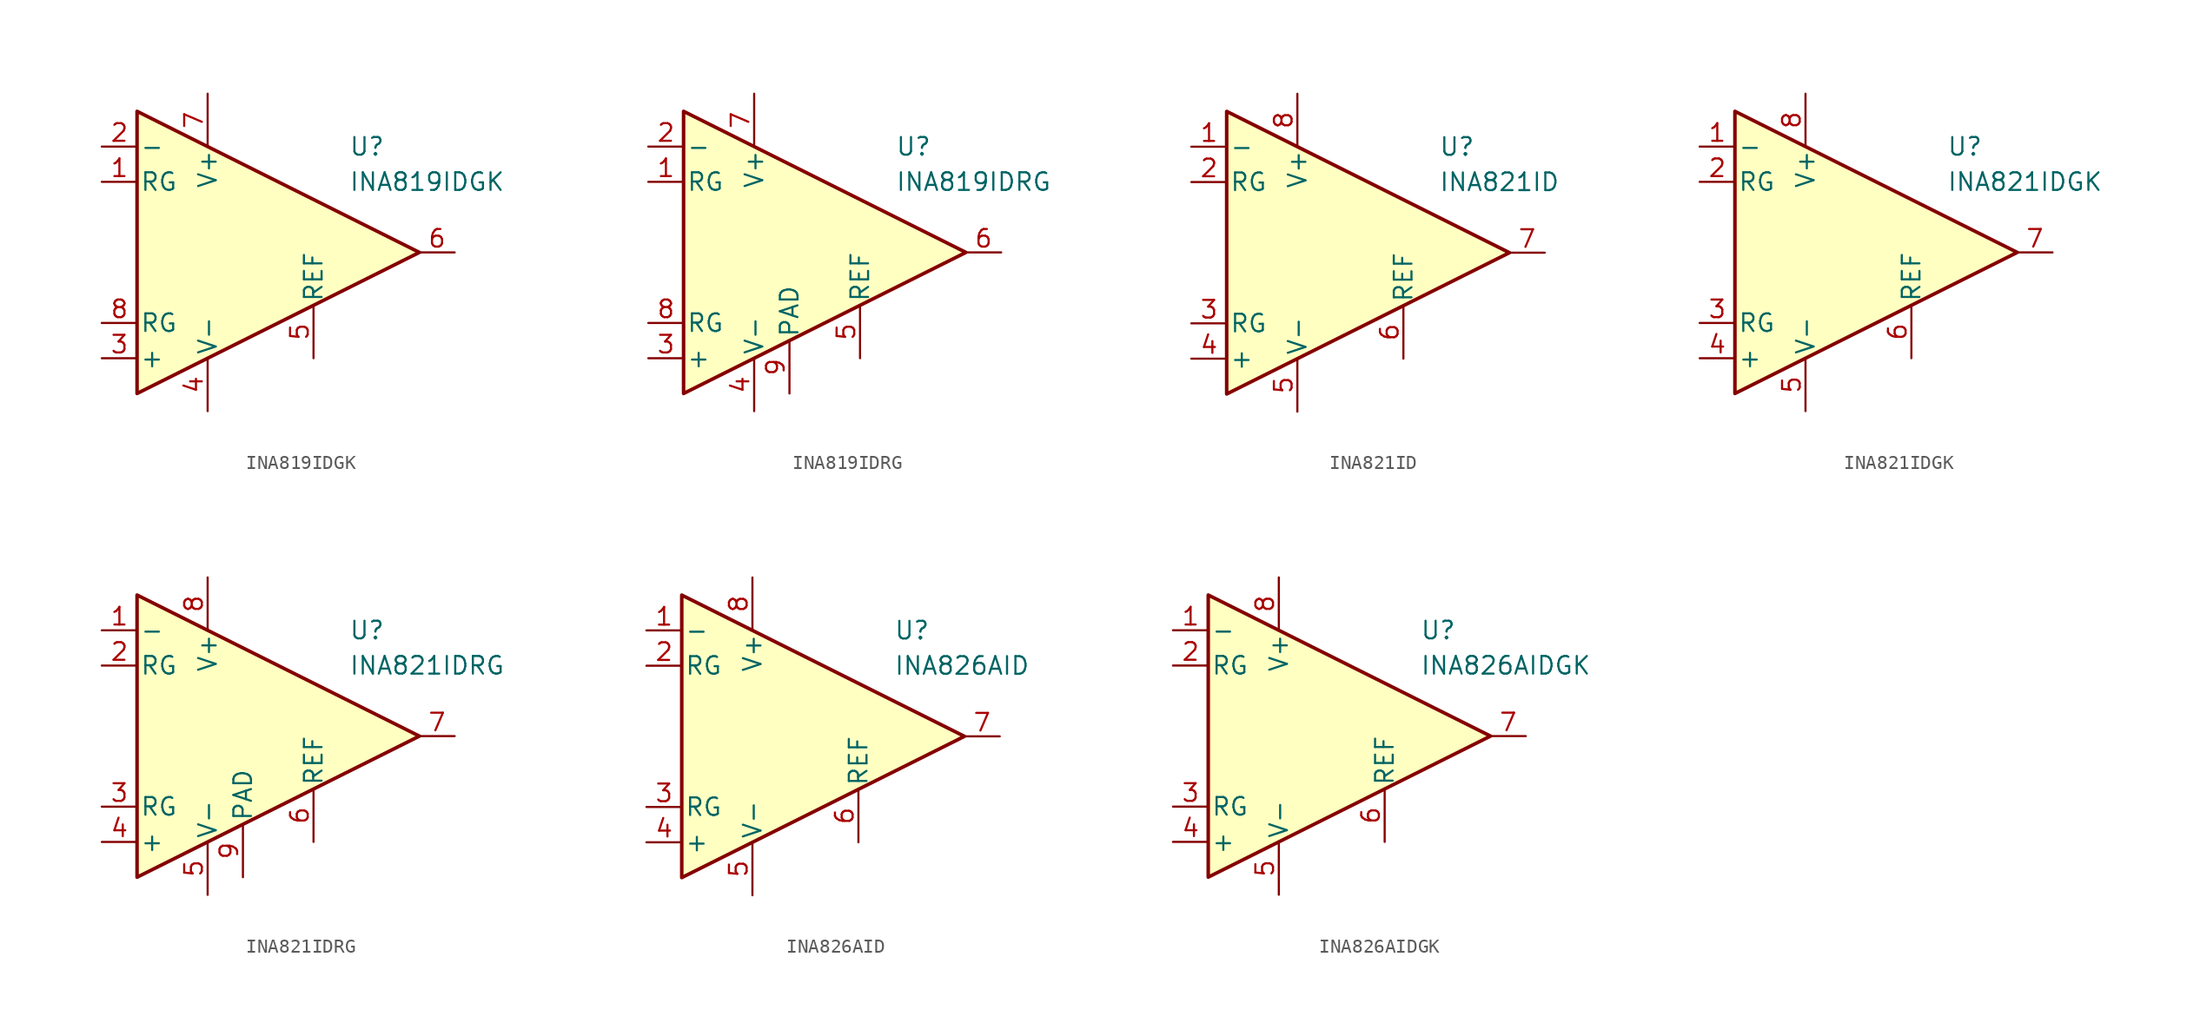
<source format=kicad_sym>
(kicad_symbol_lib
  (version 20231120)
  (generator "kicad_symbol_editor")
  (generator_version "8.0")
  (symbol "INA819IDGK"
    (pin_names
      (offset 0.2))
    (property "Reference" "U"
      (at 6.35 7.62 0)
      (effects (font (size 1.27 1.27)) (justify left)))
    (property "Value" "INA819IDGK"
      (at 6.35 5.08 0)
      (effects (font (size 1.27 1.27)) (justify left)))
    (symbol "INA819IDGK_0_1"
      (polyline (pts (xy -8.89 10.16) (xy -8.89 -10.16) (xy 11.43 0) (xy -8.89 10.16)) (stroke (width 0.254) (type default)) (fill (type background))))
    (symbol "INA819IDGK_1_1"
      (pin passive line (at -11.43 5.08 0) (length 2.54) (name "RG" (effects (font (size 1.27 1.27)))) (number "1" (effects (font (size 1.27 1.27)))))
      (pin input line (at -11.43 7.62 0) (length 2.54) (name "-" (effects (font (size 1.27 1.27)))) (number "2" (effects (font (size 1.27 1.27)))))
      (pin input line (at -11.43 -7.62 0) (length 2.54) (name "+" (effects (font (size 1.27 1.27)))) (number "3" (effects (font (size 1.27 1.27)))))
      (pin power_in line (at -3.81 -11.43 90) (length 3.81) (name "V-" (effects (font (size 1.27 1.27)))) (number "4" (effects (font (size 1.27 1.27)))))
      (pin input line (at 3.81 -7.62 90) (length 3.81) (name "REF" (effects (font (size 1.27 1.27)))) (number "5" (effects (font (size 1.27 1.27)))))
      (pin output line (at 13.97 0 180) (length 2.54) (name "~" (effects (font (size 1.27 1.27)))) (number "6" (effects (font (size 1.27 1.27)))))
      (pin power_in line (at -3.81 11.43 270) (length 3.81) (name "V+" (effects (font (size 1.27 1.27)))) (number "7" (effects (font (size 1.27 1.27)))))
      (pin passive line (at -11.43 -5.08 0) (length 2.54) (name "RG" (effects (font (size 1.27 1.27)))) (number "8" (effects (font (size 1.27 1.27)))))))
  (symbol "INA819IDRG"
    (pin_names
      (offset 0.2))
    (property "Reference" "U"
      (at 6.35 7.62 0)
      (effects (font (size 1.27 1.27)) (justify left)))
    (property "Value" "INA819IDRG"
      (at 6.35 5.08 0)
      (effects (font (size 1.27 1.27)) (justify left)))
    (symbol "INA819IDRG_0_1"
      (polyline (pts (xy -8.89 10.16) (xy -8.89 -10.16) (xy 11.43 0) (xy -8.89 10.16)) (stroke (width 0.254) (type default)) (fill (type background))))
    (symbol "INA819IDRG_1_1"
      (pin passive line (at -11.43 5.08 0) (length 2.54) (name "RG" (effects (font (size 1.27 1.27)))) (number "1" (effects (font (size 1.27 1.27)))))
      (pin input line (at -11.43 7.62 0) (length 2.54) (name "-" (effects (font (size 1.27 1.27)))) (number "2" (effects (font (size 1.27 1.27)))))
      (pin input line (at -11.43 -7.62 0) (length 2.54) (name "+" (effects (font (size 1.27 1.27)))) (number "3" (effects (font (size 1.27 1.27)))))
      (pin power_in line (at -3.81 -11.43 90) (length 3.81) (name "V-" (effects (font (size 1.27 1.27)))) (number "4" (effects (font (size 1.27 1.27)))))
      (pin input line (at 3.81 -7.62 90) (length 3.81) (name "REF" (effects (font (size 1.27 1.27)))) (number "5" (effects (font (size 1.27 1.27)))))
      (pin output line (at 13.97 0 180) (length 2.54) (name "~" (effects (font (size 1.27 1.27)))) (number "6" (effects (font (size 1.27 1.27)))))
      (pin power_in line (at -3.81 11.43 270) (length 3.81) (name "V+" (effects (font (size 1.27 1.27)))) (number "7" (effects (font (size 1.27 1.27)))))
      (pin passive line (at -11.43 -5.08 0) (length 2.54) (name "RG" (effects (font (size 1.27 1.27)))) (number "8" (effects (font (size 1.27 1.27)))))
      (pin power_in line (at -1.27 -10.16 90) (length 3.81) (name "PAD" (effects (font (size 1.27 1.27)))) (number "9" (effects (font (size 1.27 1.27)))))))
  (symbol "INA821ID"
    (pin_names
      (offset 0.2))
    (property "Reference" "U"
      (at 6.35 7.62 0)
      (effects (font (size 1.27 1.27)) (justify left)))
    (property "Value" "INA821ID"
      (at 6.35 5.08 0)
      (effects (font (size 1.27 1.27)) (justify left)))
    (symbol "INA821ID_0_1"
      (polyline (pts (xy -8.89 10.16) (xy -8.89 -10.16) (xy 11.43 0) (xy -8.89 10.16)) (stroke (width 0.254) (type default)) (fill (type background))))
    (symbol "INA821ID_1_1"
      (pin input line (at -11.43 7.62 0) (length 2.54) (name "-" (effects (font (size 1.27 1.27)))) (number "1" (effects (font (size 1.27 1.27)))))
      (pin passive line (at -11.43 5.08 0) (length 2.54) (name "RG" (effects (font (size 1.27 1.27)))) (number "2" (effects (font (size 1.27 1.27)))))
      (pin passive line (at -11.43 -5.08 0) (length 2.54) (name "RG" (effects (font (size 1.27 1.27)))) (number "3" (effects (font (size 1.27 1.27)))))
      (pin input line (at -11.43 -7.62 0) (length 2.54) (name "+" (effects (font (size 1.27 1.27)))) (number "4" (effects (font (size 1.27 1.27)))))
      (pin power_in line (at -3.81 -11.43 90) (length 3.81) (name "V-" (effects (font (size 1.27 1.27)))) (number "5" (effects (font (size 1.27 1.27)))))
      (pin input line (at 3.81 -7.62 90) (length 3.81) (name "REF" (effects (font (size 1.27 1.27)))) (number "6" (effects (font (size 1.27 1.27)))))
      (pin output line (at 13.97 0 180) (length 2.54) (name "~" (effects (font (size 1.27 1.27)))) (number "7" (effects (font (size 1.27 1.27)))))
      (pin power_in line (at -3.81 11.43 270) (length 3.81) (name "V+" (effects (font (size 1.27 1.27)))) (number "8" (effects (font (size 1.27 1.27)))))))
  (symbol "INA821IDGK"
    (pin_names
      (offset 0.2))
    (property "Reference" "U"
      (at 6.35 7.62 0)
      (effects (font (size 1.27 1.27)) (justify left)))
    (property "Value" "INA821IDGK"
      (at 6.35 5.08 0)
      (effects (font (size 1.27 1.27)) (justify left)))
    (symbol "INA821IDGK_0_1"
      (polyline (pts (xy -8.89 10.16) (xy -8.89 -10.16) (xy 11.43 0) (xy -8.89 10.16)) (stroke (width 0.254) (type default)) (fill (type background))))
    (symbol "INA821IDGK_1_1"
      (pin input line (at -11.43 7.62 0) (length 2.54) (name "-" (effects (font (size 1.27 1.27)))) (number "1" (effects (font (size 1.27 1.27)))))
      (pin passive line (at -11.43 5.08 0) (length 2.54) (name "RG" (effects (font (size 1.27 1.27)))) (number "2" (effects (font (size 1.27 1.27)))))
      (pin passive line (at -11.43 -5.08 0) (length 2.54) (name "RG" (effects (font (size 1.27 1.27)))) (number "3" (effects (font (size 1.27 1.27)))))
      (pin input line (at -11.43 -7.62 0) (length 2.54) (name "+" (effects (font (size 1.27 1.27)))) (number "4" (effects (font (size 1.27 1.27)))))
      (pin power_in line (at -3.81 -11.43 90) (length 3.81) (name "V-" (effects (font (size 1.27 1.27)))) (number "5" (effects (font (size 1.27 1.27)))))
      (pin input line (at 3.81 -7.62 90) (length 3.81) (name "REF" (effects (font (size 1.27 1.27)))) (number "6" (effects (font (size 1.27 1.27)))))
      (pin output line (at 13.97 0 180) (length 2.54) (name "~" (effects (font (size 1.27 1.27)))) (number "7" (effects (font (size 1.27 1.27)))))
      (pin power_in line (at -3.81 11.43 270) (length 3.81) (name "V+" (effects (font (size 1.27 1.27)))) (number "8" (effects (font (size 1.27 1.27)))))))
  (symbol "INA821IDRG"
    (pin_names
      (offset 0.2))
    (property "Reference" "U"
      (at 6.35 7.62 0)
      (effects (font (size 1.27 1.27)) (justify left)))
    (property "Value" "INA821IDRG"
      (at 6.35 5.08 0)
      (effects (font (size 1.27 1.27)) (justify left)))
    (symbol "INA821IDRG_0_1"
      (polyline (pts (xy -8.89 10.16) (xy -8.89 -10.16) (xy 11.43 0) (xy -8.89 10.16)) (stroke (width 0.254) (type default)) (fill (type background))))
    (symbol "INA821IDRG_1_1"
      (pin input line (at -11.43 7.62 0) (length 2.54) (name "-" (effects (font (size 1.27 1.27)))) (number "1" (effects (font (size 1.27 1.27)))))
      (pin passive line (at -11.43 5.08 0) (length 2.54) (name "RG" (effects (font (size 1.27 1.27)))) (number "2" (effects (font (size 1.27 1.27)))))
      (pin passive line (at -11.43 -5.08 0) (length 2.54) (name "RG" (effects (font (size 1.27 1.27)))) (number "3" (effects (font (size 1.27 1.27)))))
      (pin input line (at -11.43 -7.62 0) (length 2.54) (name "+" (effects (font (size 1.27 1.27)))) (number "4" (effects (font (size 1.27 1.27)))))
      (pin power_in line (at -3.81 -11.43 90) (length 3.81) (name "V-" (effects (font (size 1.27 1.27)))) (number "5" (effects (font (size 1.27 1.27)))))
      (pin input line (at 3.81 -7.62 90) (length 3.81) (name "REF" (effects (font (size 1.27 1.27)))) (number "6" (effects (font (size 1.27 1.27)))))
      (pin output line (at 13.97 0 180) (length 2.54) (name "~" (effects (font (size 1.27 1.27)))) (number "7" (effects (font (size 1.27 1.27)))))
      (pin power_in line (at -3.81 11.43 270) (length 3.81) (name "V+" (effects (font (size 1.27 1.27)))) (number "8" (effects (font (size 1.27 1.27)))))
      (pin power_in line (at -1.27 -10.16 90) (length 3.81) (name "PAD" (effects (font (size 1.27 1.27)))) (number "9" (effects (font (size 1.27 1.27)))))))
  (symbol "INA826AID"
    (pin_names
      (offset 0.2))
    (property "Reference" "U"
      (at 6.35 7.62 0)
      (effects (font (size 1.27 1.27)) (justify left)))
    (property "Value" "INA826AID"
      (at 6.35 5.08 0)
      (effects (font (size 1.27 1.27)) (justify left)))
    (symbol "INA826AID_0_1"
      (polyline (pts (xy -8.89 10.16) (xy -8.89 -10.16) (xy 11.43 0) (xy -8.89 10.16)) (stroke (width 0.254) (type default)) (fill (type background))))
    (symbol "INA826AID_1_1"
      (pin input line (at -11.43 7.62 0) (length 2.54) (name "-" (effects (font (size 1.27 1.27)))) (number "1" (effects (font (size 1.27 1.27)))))
      (pin passive line (at -11.43 5.08 0) (length 2.54) (name "RG" (effects (font (size 1.27 1.27)))) (number "2" (effects (font (size 1.27 1.27)))))
      (pin passive line (at -11.43 -5.08 0) (length 2.54) (name "RG" (effects (font (size 1.27 1.27)))) (number "3" (effects (font (size 1.27 1.27)))))
      (pin input line (at -11.43 -7.62 0) (length 2.54) (name "+" (effects (font (size 1.27 1.27)))) (number "4" (effects (font (size 1.27 1.27)))))
      (pin power_in line (at -3.81 -11.43 90) (length 3.81) (name "V-" (effects (font (size 1.27 1.27)))) (number "5" (effects (font (size 1.27 1.27)))))
      (pin input line (at 3.81 -7.62 90) (length 3.81) (name "REF" (effects (font (size 1.27 1.27)))) (number "6" (effects (font (size 1.27 1.27)))))
      (pin output line (at 13.97 0 180) (length 2.54) (name "~" (effects (font (size 1.27 1.27)))) (number "7" (effects (font (size 1.27 1.27)))))
      (pin power_in line (at -3.81 11.43 270) (length 3.81) (name "V+" (effects (font (size 1.27 1.27)))) (number "8" (effects (font (size 1.27 1.27)))))))
  (symbol "INA826AIDGK"
    (pin_names
      (offset 0.2))
    (property "Reference" "U"
      (at 6.35 7.62 0)
      (effects (font (size 1.27 1.27)) (justify left)))
    (property "Value" "INA826AIDGK"
      (at 6.35 5.08 0)
      (effects (font (size 1.27 1.27)) (justify left)))
    (symbol "INA826AIDGK_0_1"
      (polyline (pts (xy -8.89 10.16) (xy -8.89 -10.16) (xy 11.43 0) (xy -8.89 10.16)) (stroke (width 0.254) (type default)) (fill (type background))))
    (symbol "INA826AIDGK_1_1"
      (pin input line (at -11.43 7.62 0) (length 2.54) (name "-" (effects (font (size 1.27 1.27)))) (number "1" (effects (font (size 1.27 1.27)))))
      (pin passive line (at -11.43 5.08 0) (length 2.54) (name "RG" (effects (font (size 1.27 1.27)))) (number "2" (effects (font (size 1.27 1.27)))))
      (pin passive line (at -11.43 -5.08 0) (length 2.54) (name "RG" (effects (font (size 1.27 1.27)))) (number "3" (effects (font (size 1.27 1.27)))))
      (pin input line (at -11.43 -7.62 0) (length 2.54) (name "+" (effects (font (size 1.27 1.27)))) (number "4" (effects (font (size 1.27 1.27)))))
      (pin power_in line (at -3.81 -11.43 90) (length 3.81) (name "V-" (effects (font (size 1.27 1.27)))) (number "5" (effects (font (size 1.27 1.27)))))
      (pin input line (at 3.81 -7.62 90) (length 3.81) (name "REF" (effects (font (size 1.27 1.27)))) (number "6" (effects (font (size 1.27 1.27)))))
      (pin output line (at 13.97 0 180) (length 2.54) (name "~" (effects (font (size 1.27 1.27)))) (number "7" (effects (font (size 1.27 1.27)))))
      (pin power_in line (at -3.81 11.43 270) (length 3.81) (name "V+" (effects (font (size 1.27 1.27)))) (number "8" (effects (font (size 1.27 1.27))))))))
</source>
